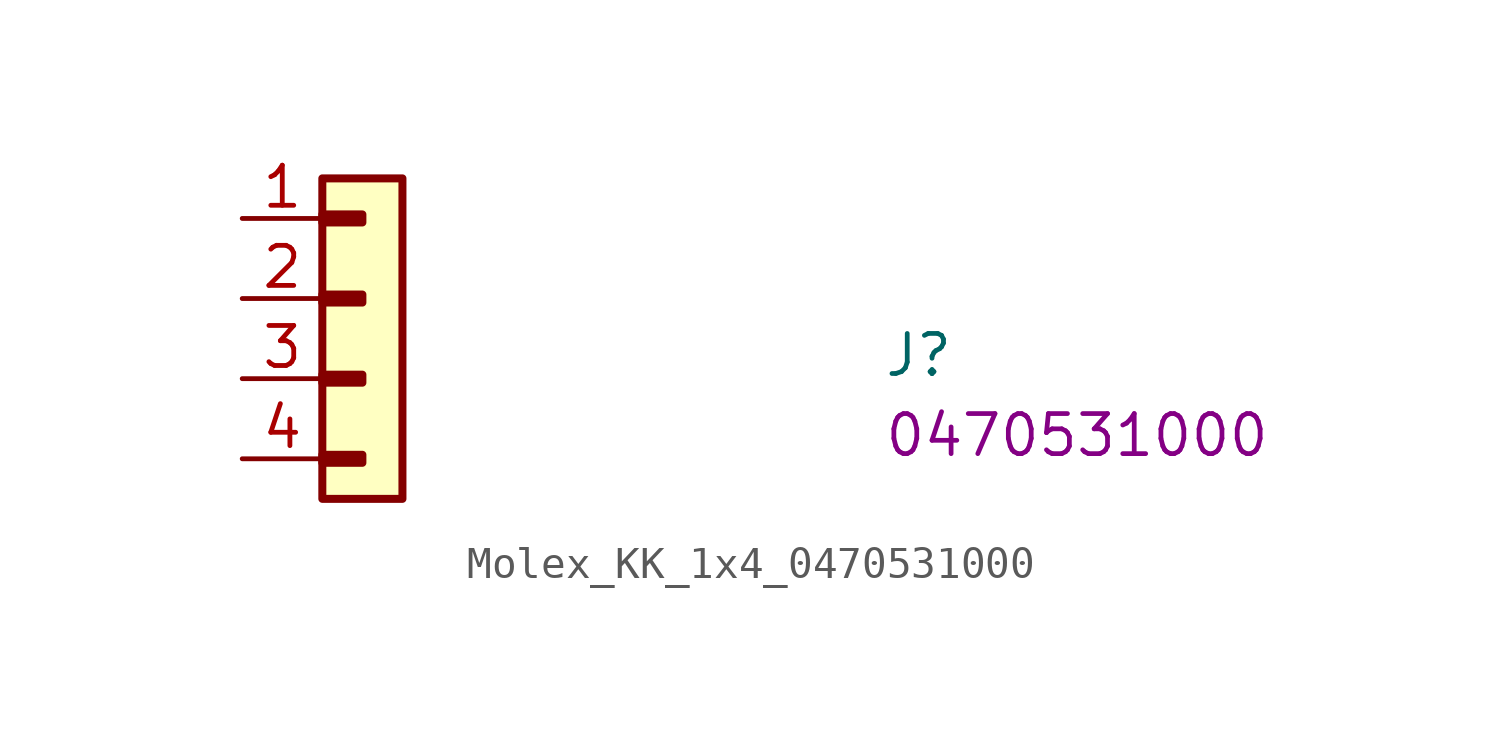
<source format=kicad_sym>
(kicad_symbol_lib
  (version 20220914)
  (generator kicad_symbol_editor)
  (symbol "Molex_KK_1x4_0470531000"
    (property "Reference" "J"
      (at 20.32 -5.08 0)
      (effects (font (size 1.27 1.27) (thickness 0.15)) (justify left bottom)))
    (property "MPN" "0470531000"
      (at 20.32 -7.62 0)
      (effects (font (size 1.27 1.27) (thickness 0.15)) (justify left bottom)))
    (symbol "Molex_KK_1x4_0470531000_1_1"
      (rectangle (start 2.54 -7.493) (end 3.81 -7.747) (stroke (width 0.254) (type default)) (fill (type background)))
      (rectangle (start 2.54 -4.953) (end 3.81 -5.207) (stroke (width 0.254) (type default)) (fill (type background)))
      (rectangle (start 2.54 -2.413) (end 3.81 -2.667) (stroke (width 0.254) (type default)) (fill (type background)))
      (rectangle (start 2.54 0.127) (end 3.81 -0.127) (stroke (width 0.254) (type default)) (fill (type background)))
      (rectangle (start 5.08 -8.89) (end 2.54 1.27) (stroke (width 0.254) (type default)) (fill (type background)))
      (pin passive line (at 0 0 0) (length 2.54) (name "~" (effects (font (size 1.27 1.27)))) (number "1" (effects (font (size 1.27 1.27)))))
      (pin passive line (at 0 -2.54 0) (length 2.54) (name "~" (effects (font (size 1.27 1.27)))) (number "2" (effects (font (size 1.27 1.27)))))
      (pin passive line (at 0 -5.08 0) (length 2.54) (name "~" (effects (font (size 1.27 1.27)))) (number "3" (effects (font (size 1.27 1.27)))))
      (pin passive line (at 0 -7.62 0) (length 2.54) (name "~" (effects (font (size 1.27 1.27)))) (number "4" (effects (font (size 1.27 1.27))))))))
</source>
